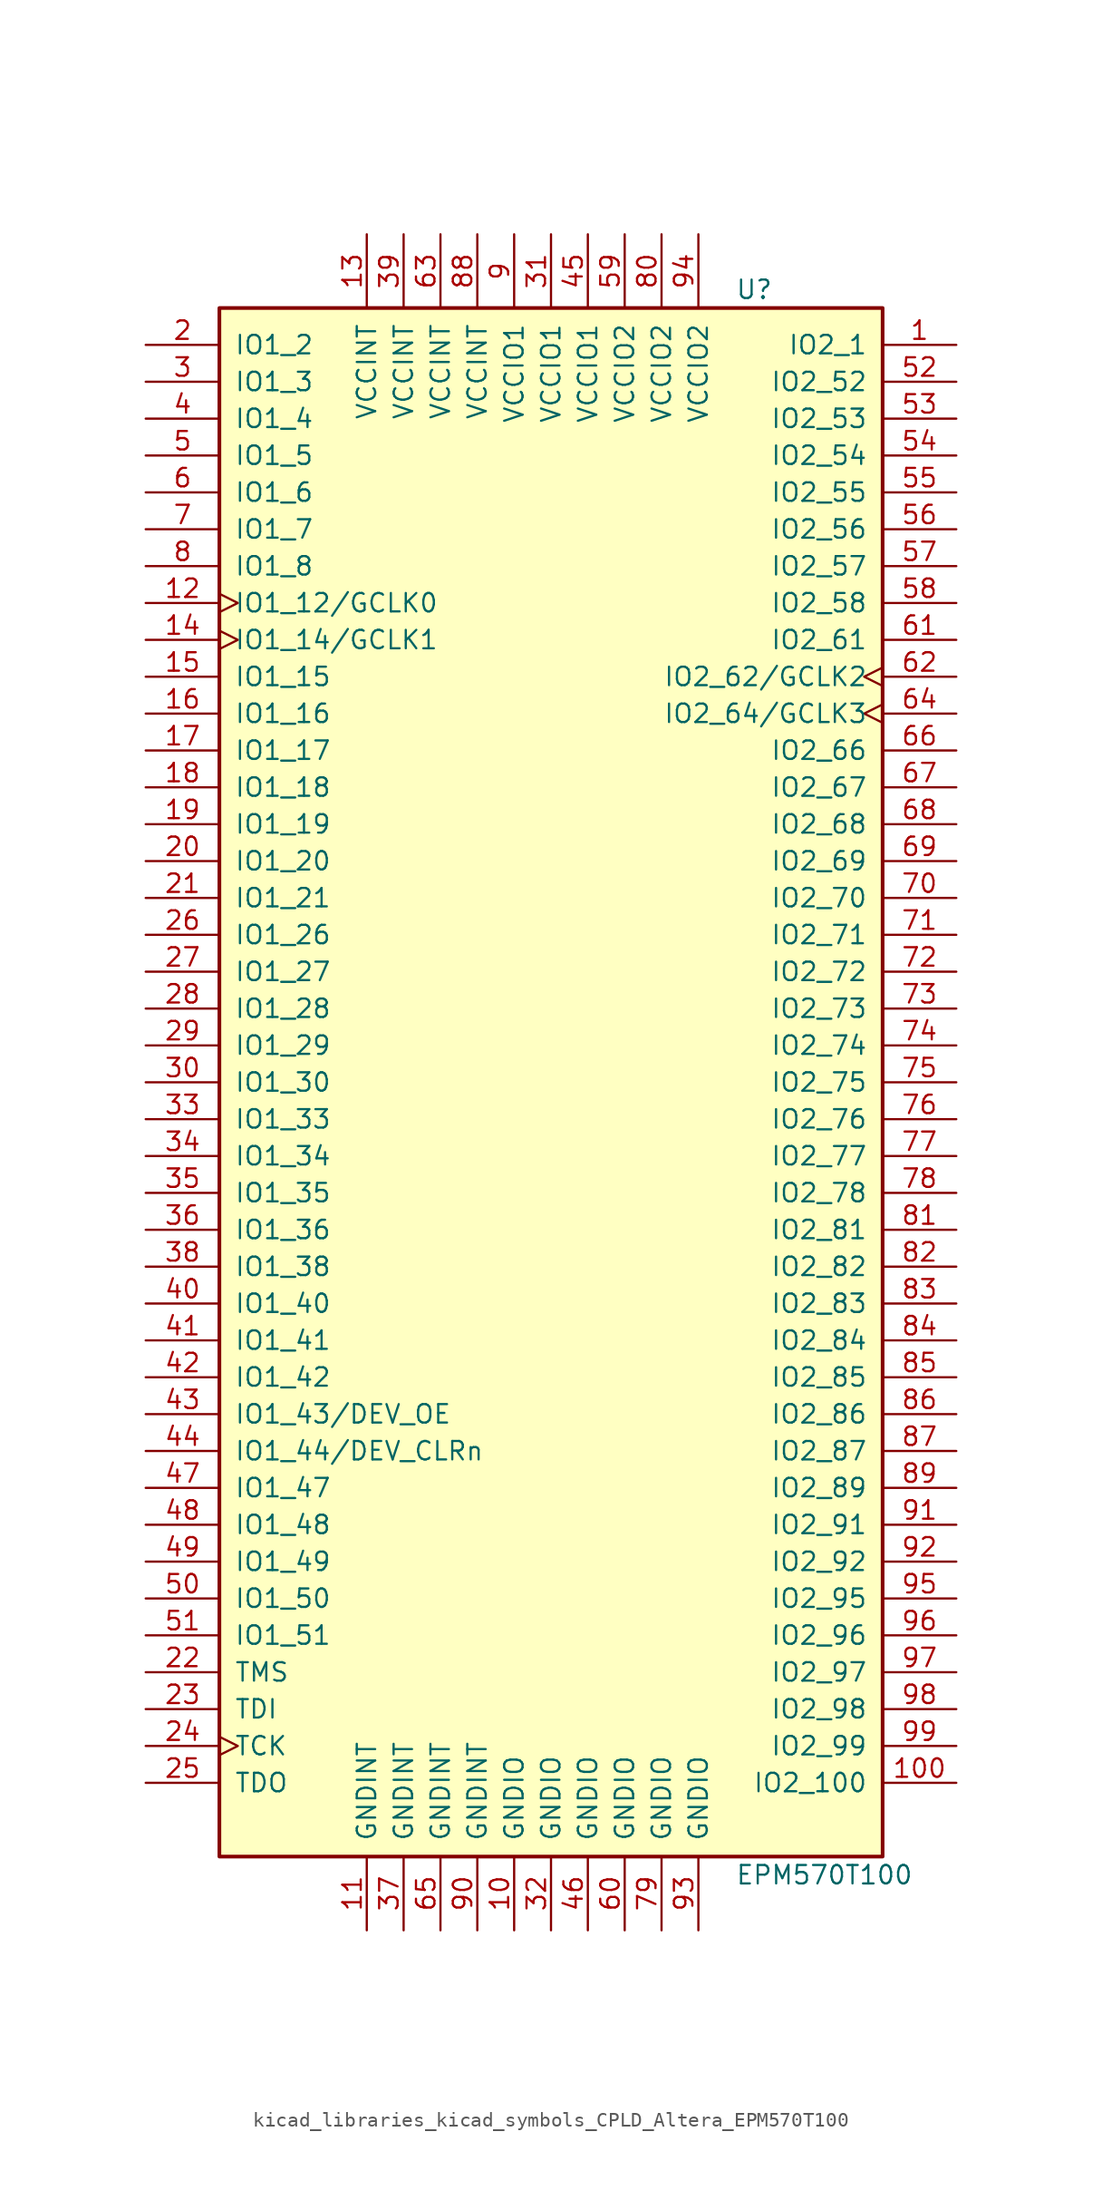
<source format=kicad_sym>
(kicad_symbol_lib
  (version 20220914)
  (generator kicad_symbol_editor)
  (symbol "kicad_libraries_kicad_symbols_CPLD_Altera_EPM570T100"
    (pin_names
      (offset 1.016))
    (property "Reference" "U"
      (at 12.7 54.61 0)
      (effects (font (size 1.27 1.27)) (justify left)))
    (property "Value" "EPM570T100"
      (at 12.7 -54.61 0)
      (effects (font (size 1.27 1.27)) (justify left)))
    (property "ki_locked" ""
      (at 0 0 0)
      (effects (font (size 1.27 1.27))))
    (symbol "kicad_libraries_kicad_symbols_CPLD_Altera_EPM570T100_1_1"
      (rectangle (start -22.86 53.34) (end 22.86 -53.34) (stroke (width 0.254) (type default)) (fill (type background)))
      (pin bidirectional line (at 27.94 50.8 180) (length 5.08) (name "IO2_1" (effects (font (size 1.27 1.27)))) (number "1" (effects (font (size 1.27 1.27)))))
      (pin power_in line (at -2.54 -58.42 90) (length 5.08) (name "GNDIO" (effects (font (size 1.27 1.27)))) (number "10" (effects (font (size 1.27 1.27)))))
      (pin bidirectional line (at 27.94 -48.26 180) (length 5.08) (name "IO2_100" (effects (font (size 1.27 1.27)))) (number "100" (effects (font (size 1.27 1.27)))))
      (pin power_in line (at -12.7 -58.42 90) (length 5.08) (name "GNDINT" (effects (font (size 1.27 1.27)))) (number "11" (effects (font (size 1.27 1.27)))))
      (pin bidirectional clock (at -27.94 33.02 0) (length 5.08) (name "IO1_12/GCLK0" (effects (font (size 1.27 1.27)))) (number "12" (effects (font (size 1.27 1.27)))))
      (pin power_in line (at -12.7 58.42 270) (length 5.08) (name "VCCINT" (effects (font (size 1.27 1.27)))) (number "13" (effects (font (size 1.27 1.27)))))
      (pin bidirectional clock (at -27.94 30.48 0) (length 5.08) (name "IO1_14/GCLK1" (effects (font (size 1.27 1.27)))) (number "14" (effects (font (size 1.27 1.27)))))
      (pin bidirectional line (at -27.94 27.94 0) (length 5.08) (name "IO1_15" (effects (font (size 1.27 1.27)))) (number "15" (effects (font (size 1.27 1.27)))))
      (pin bidirectional line (at -27.94 25.4 0) (length 5.08) (name "IO1_16" (effects (font (size 1.27 1.27)))) (number "16" (effects (font (size 1.27 1.27)))))
      (pin bidirectional line (at -27.94 22.86 0) (length 5.08) (name "IO1_17" (effects (font (size 1.27 1.27)))) (number "17" (effects (font (size 1.27 1.27)))))
      (pin bidirectional line (at -27.94 20.32 0) (length 5.08) (name "IO1_18" (effects (font (size 1.27 1.27)))) (number "18" (effects (font (size 1.27 1.27)))))
      (pin bidirectional line (at -27.94 17.78 0) (length 5.08) (name "IO1_19" (effects (font (size 1.27 1.27)))) (number "19" (effects (font (size 1.27 1.27)))))
      (pin bidirectional line (at -27.94 50.8 0) (length 5.08) (name "IO1_2" (effects (font (size 1.27 1.27)))) (number "2" (effects (font (size 1.27 1.27)))))
      (pin bidirectional line (at -27.94 15.24 0) (length 5.08) (name "IO1_20" (effects (font (size 1.27 1.27)))) (number "20" (effects (font (size 1.27 1.27)))))
      (pin bidirectional line (at -27.94 12.7 0) (length 5.08) (name "IO1_21" (effects (font (size 1.27 1.27)))) (number "21" (effects (font (size 1.27 1.27)))))
      (pin input line (at -27.94 -40.64 0) (length 5.08) (name "TMS" (effects (font (size 1.27 1.27)))) (number "22" (effects (font (size 1.27 1.27)))))
      (pin input line (at -27.94 -43.18 0) (length 5.08) (name "TDI" (effects (font (size 1.27 1.27)))) (number "23" (effects (font (size 1.27 1.27)))))
      (pin input clock (at -27.94 -45.72 0) (length 5.08) (name "TCK" (effects (font (size 1.27 1.27)))) (number "24" (effects (font (size 1.27 1.27)))))
      (pin output line (at -27.94 -48.26 0) (length 5.08) (name "TDO" (effects (font (size 1.27 1.27)))) (number "25" (effects (font (size 1.27 1.27)))))
      (pin bidirectional line (at -27.94 10.16 0) (length 5.08) (name "IO1_26" (effects (font (size 1.27 1.27)))) (number "26" (effects (font (size 1.27 1.27)))))
      (pin bidirectional line (at -27.94 7.62 0) (length 5.08) (name "IO1_27" (effects (font (size 1.27 1.27)))) (number "27" (effects (font (size 1.27 1.27)))))
      (pin bidirectional line (at -27.94 5.08 0) (length 5.08) (name "IO1_28" (effects (font (size 1.27 1.27)))) (number "28" (effects (font (size 1.27 1.27)))))
      (pin bidirectional line (at -27.94 2.54 0) (length 5.08) (name "IO1_29" (effects (font (size 1.27 1.27)))) (number "29" (effects (font (size 1.27 1.27)))))
      (pin bidirectional line (at -27.94 48.26 0) (length 5.08) (name "IO1_3" (effects (font (size 1.27 1.27)))) (number "3" (effects (font (size 1.27 1.27)))))
      (pin bidirectional line (at -27.94 0 0) (length 5.08) (name "IO1_30" (effects (font (size 1.27 1.27)))) (number "30" (effects (font (size 1.27 1.27)))))
      (pin power_in line (at 0 58.42 270) (length 5.08) (name "VCCIO1" (effects (font (size 1.27 1.27)))) (number "31" (effects (font (size 1.27 1.27)))))
      (pin power_in line (at 0 -58.42 90) (length 5.08) (name "GNDIO" (effects (font (size 1.27 1.27)))) (number "32" (effects (font (size 1.27 1.27)))))
      (pin bidirectional line (at -27.94 -2.54 0) (length 5.08) (name "IO1_33" (effects (font (size 1.27 1.27)))) (number "33" (effects (font (size 1.27 1.27)))))
      (pin bidirectional line (at -27.94 -5.08 0) (length 5.08) (name "IO1_34" (effects (font (size 1.27 1.27)))) (number "34" (effects (font (size 1.27 1.27)))))
      (pin bidirectional line (at -27.94 -7.62 0) (length 5.08) (name "IO1_35" (effects (font (size 1.27 1.27)))) (number "35" (effects (font (size 1.27 1.27)))))
      (pin bidirectional line (at -27.94 -10.16 0) (length 5.08) (name "IO1_36" (effects (font (size 1.27 1.27)))) (number "36" (effects (font (size 1.27 1.27)))))
      (pin power_in line (at -10.16 -58.42 90) (length 5.08) (name "GNDINT" (effects (font (size 1.27 1.27)))) (number "37" (effects (font (size 1.27 1.27)))))
      (pin bidirectional line (at -27.94 -12.7 0) (length 5.08) (name "IO1_38" (effects (font (size 1.27 1.27)))) (number "38" (effects (font (size 1.27 1.27)))))
      (pin power_in line (at -10.16 58.42 270) (length 5.08) (name "VCCINT" (effects (font (size 1.27 1.27)))) (number "39" (effects (font (size 1.27 1.27)))))
      (pin bidirectional line (at -27.94 45.72 0) (length 5.08) (name "IO1_4" (effects (font (size 1.27 1.27)))) (number "4" (effects (font (size 1.27 1.27)))))
      (pin bidirectional line (at -27.94 -15.24 0) (length 5.08) (name "IO1_40" (effects (font (size 1.27 1.27)))) (number "40" (effects (font (size 1.27 1.27)))))
      (pin bidirectional line (at -27.94 -17.78 0) (length 5.08) (name "IO1_41" (effects (font (size 1.27 1.27)))) (number "41" (effects (font (size 1.27 1.27)))))
      (pin bidirectional line (at -27.94 -20.32 0) (length 5.08) (name "IO1_42" (effects (font (size 1.27 1.27)))) (number "42" (effects (font (size 1.27 1.27)))))
      (pin bidirectional line (at -27.94 -22.86 0) (length 5.08) (name "IO1_43/DEV_OE" (effects (font (size 1.27 1.27)))) (number "43" (effects (font (size 1.27 1.27)))))
      (pin bidirectional line (at -27.94 -25.4 0) (length 5.08) (name "IO1_44/DEV_CLRn" (effects (font (size 1.27 1.27)))) (number "44" (effects (font (size 1.27 1.27)))))
      (pin power_in line (at 2.54 58.42 270) (length 5.08) (name "VCCIO1" (effects (font (size 1.27 1.27)))) (number "45" (effects (font (size 1.27 1.27)))))
      (pin power_in line (at 2.54 -58.42 90) (length 5.08) (name "GNDIO" (effects (font (size 1.27 1.27)))) (number "46" (effects (font (size 1.27 1.27)))))
      (pin bidirectional line (at -27.94 -27.94 0) (length 5.08) (name "IO1_47" (effects (font (size 1.27 1.27)))) (number "47" (effects (font (size 1.27 1.27)))))
      (pin bidirectional line (at -27.94 -30.48 0) (length 5.08) (name "IO1_48" (effects (font (size 1.27 1.27)))) (number "48" (effects (font (size 1.27 1.27)))))
      (pin bidirectional line (at -27.94 -33.02 0) (length 5.08) (name "IO1_49" (effects (font (size 1.27 1.27)))) (number "49" (effects (font (size 1.27 1.27)))))
      (pin bidirectional line (at -27.94 43.18 0) (length 5.08) (name "IO1_5" (effects (font (size 1.27 1.27)))) (number "5" (effects (font (size 1.27 1.27)))))
      (pin bidirectional line (at -27.94 -35.56 0) (length 5.08) (name "IO1_50" (effects (font (size 1.27 1.27)))) (number "50" (effects (font (size 1.27 1.27)))))
      (pin bidirectional line (at -27.94 -38.1 0) (length 5.08) (name "IO1_51" (effects (font (size 1.27 1.27)))) (number "51" (effects (font (size 1.27 1.27)))))
      (pin bidirectional line (at 27.94 48.26 180) (length 5.08) (name "IO2_52" (effects (font (size 1.27 1.27)))) (number "52" (effects (font (size 1.27 1.27)))))
      (pin bidirectional line (at 27.94 45.72 180) (length 5.08) (name "IO2_53" (effects (font (size 1.27 1.27)))) (number "53" (effects (font (size 1.27 1.27)))))
      (pin bidirectional line (at 27.94 43.18 180) (length 5.08) (name "IO2_54" (effects (font (size 1.27 1.27)))) (number "54" (effects (font (size 1.27 1.27)))))
      (pin bidirectional line (at 27.94 40.64 180) (length 5.08) (name "IO2_55" (effects (font (size 1.27 1.27)))) (number "55" (effects (font (size 1.27 1.27)))))
      (pin bidirectional line (at 27.94 38.1 180) (length 5.08) (name "IO2_56" (effects (font (size 1.27 1.27)))) (number "56" (effects (font (size 1.27 1.27)))))
      (pin bidirectional line (at 27.94 35.56 180) (length 5.08) (name "IO2_57" (effects (font (size 1.27 1.27)))) (number "57" (effects (font (size 1.27 1.27)))))
      (pin bidirectional line (at 27.94 33.02 180) (length 5.08) (name "IO2_58" (effects (font (size 1.27 1.27)))) (number "58" (effects (font (size 1.27 1.27)))))
      (pin power_in line (at 5.08 58.42 270) (length 5.08) (name "VCCIO2" (effects (font (size 1.27 1.27)))) (number "59" (effects (font (size 1.27 1.27)))))
      (pin bidirectional line (at -27.94 40.64 0) (length 5.08) (name "IO1_6" (effects (font (size 1.27 1.27)))) (number "6" (effects (font (size 1.27 1.27)))))
      (pin power_in line (at 5.08 -58.42 90) (length 5.08) (name "GNDIO" (effects (font (size 1.27 1.27)))) (number "60" (effects (font (size 1.27 1.27)))))
      (pin bidirectional line (at 27.94 30.48 180) (length 5.08) (name "IO2_61" (effects (font (size 1.27 1.27)))) (number "61" (effects (font (size 1.27 1.27)))))
      (pin bidirectional clock (at 27.94 27.94 180) (length 5.08) (name "IO2_62/GCLK2" (effects (font (size 1.27 1.27)))) (number "62" (effects (font (size 1.27 1.27)))))
      (pin power_in line (at -7.62 58.42 270) (length 5.08) (name "VCCINT" (effects (font (size 1.27 1.27)))) (number "63" (effects (font (size 1.27 1.27)))))
      (pin bidirectional clock (at 27.94 25.4 180) (length 5.08) (name "IO2_64/GCLK3" (effects (font (size 1.27 1.27)))) (number "64" (effects (font (size 1.27 1.27)))))
      (pin power_in line (at -7.62 -58.42 90) (length 5.08) (name "GNDINT" (effects (font (size 1.27 1.27)))) (number "65" (effects (font (size 1.27 1.27)))))
      (pin bidirectional line (at 27.94 22.86 180) (length 5.08) (name "IO2_66" (effects (font (size 1.27 1.27)))) (number "66" (effects (font (size 1.27 1.27)))))
      (pin bidirectional line (at 27.94 20.32 180) (length 5.08) (name "IO2_67" (effects (font (size 1.27 1.27)))) (number "67" (effects (font (size 1.27 1.27)))))
      (pin bidirectional line (at 27.94 17.78 180) (length 5.08) (name "IO2_68" (effects (font (size 1.27 1.27)))) (number "68" (effects (font (size 1.27 1.27)))))
      (pin bidirectional line (at 27.94 15.24 180) (length 5.08) (name "IO2_69" (effects (font (size 1.27 1.27)))) (number "69" (effects (font (size 1.27 1.27)))))
      (pin bidirectional line (at -27.94 38.1 0) (length 5.08) (name "IO1_7" (effects (font (size 1.27 1.27)))) (number "7" (effects (font (size 1.27 1.27)))))
      (pin bidirectional line (at 27.94 12.7 180) (length 5.08) (name "IO2_70" (effects (font (size 1.27 1.27)))) (number "70" (effects (font (size 1.27 1.27)))))
      (pin bidirectional line (at 27.94 10.16 180) (length 5.08) (name "IO2_71" (effects (font (size 1.27 1.27)))) (number "71" (effects (font (size 1.27 1.27)))))
      (pin bidirectional line (at 27.94 7.62 180) (length 5.08) (name "IO2_72" (effects (font (size 1.27 1.27)))) (number "72" (effects (font (size 1.27 1.27)))))
      (pin bidirectional line (at 27.94 5.08 180) (length 5.08) (name "IO2_73" (effects (font (size 1.27 1.27)))) (number "73" (effects (font (size 1.27 1.27)))))
      (pin bidirectional line (at 27.94 2.54 180) (length 5.08) (name "IO2_74" (effects (font (size 1.27 1.27)))) (number "74" (effects (font (size 1.27 1.27)))))
      (pin bidirectional line (at 27.94 0 180) (length 5.08) (name "IO2_75" (effects (font (size 1.27 1.27)))) (number "75" (effects (font (size 1.27 1.27)))))
      (pin bidirectional line (at 27.94 -2.54 180) (length 5.08) (name "IO2_76" (effects (font (size 1.27 1.27)))) (number "76" (effects (font (size 1.27 1.27)))))
      (pin bidirectional line (at 27.94 -5.08 180) (length 5.08) (name "IO2_77" (effects (font (size 1.27 1.27)))) (number "77" (effects (font (size 1.27 1.27)))))
      (pin bidirectional line (at 27.94 -7.62 180) (length 5.08) (name "IO2_78" (effects (font (size 1.27 1.27)))) (number "78" (effects (font (size 1.27 1.27)))))
      (pin power_in line (at 7.62 -58.42 90) (length 5.08) (name "GNDIO" (effects (font (size 1.27 1.27)))) (number "79" (effects (font (size 1.27 1.27)))))
      (pin bidirectional line (at -27.94 35.56 0) (length 5.08) (name "IO1_8" (effects (font (size 1.27 1.27)))) (number "8" (effects (font (size 1.27 1.27)))))
      (pin power_in line (at 7.62 58.42 270) (length 5.08) (name "VCCIO2" (effects (font (size 1.27 1.27)))) (number "80" (effects (font (size 1.27 1.27)))))
      (pin bidirectional line (at 27.94 -10.16 180) (length 5.08) (name "IO2_81" (effects (font (size 1.27 1.27)))) (number "81" (effects (font (size 1.27 1.27)))))
      (pin bidirectional line (at 27.94 -12.7 180) (length 5.08) (name "IO2_82" (effects (font (size 1.27 1.27)))) (number "82" (effects (font (size 1.27 1.27)))))
      (pin bidirectional line (at 27.94 -15.24 180) (length 5.08) (name "IO2_83" (effects (font (size 1.27 1.27)))) (number "83" (effects (font (size 1.27 1.27)))))
      (pin bidirectional line (at 27.94 -17.78 180) (length 5.08) (name "IO2_84" (effects (font (size 1.27 1.27)))) (number "84" (effects (font (size 1.27 1.27)))))
      (pin bidirectional line (at 27.94 -20.32 180) (length 5.08) (name "IO2_85" (effects (font (size 1.27 1.27)))) (number "85" (effects (font (size 1.27 1.27)))))
      (pin bidirectional line (at 27.94 -22.86 180) (length 5.08) (name "IO2_86" (effects (font (size 1.27 1.27)))) (number "86" (effects (font (size 1.27 1.27)))))
      (pin bidirectional line (at 27.94 -25.4 180) (length 5.08) (name "IO2_87" (effects (font (size 1.27 1.27)))) (number "87" (effects (font (size 1.27 1.27)))))
      (pin power_in line (at -5.08 58.42 270) (length 5.08) (name "VCCINT" (effects (font (size 1.27 1.27)))) (number "88" (effects (font (size 1.27 1.27)))))
      (pin bidirectional line (at 27.94 -27.94 180) (length 5.08) (name "IO2_89" (effects (font (size 1.27 1.27)))) (number "89" (effects (font (size 1.27 1.27)))))
      (pin power_in line (at -2.54 58.42 270) (length 5.08) (name "VCCIO1" (effects (font (size 1.27 1.27)))) (number "9" (effects (font (size 1.27 1.27)))))
      (pin power_in line (at -5.08 -58.42 90) (length 5.08) (name "GNDINT" (effects (font (size 1.27 1.27)))) (number "90" (effects (font (size 1.27 1.27)))))
      (pin bidirectional line (at 27.94 -30.48 180) (length 5.08) (name "IO2_91" (effects (font (size 1.27 1.27)))) (number "91" (effects (font (size 1.27 1.27)))))
      (pin bidirectional line (at 27.94 -33.02 180) (length 5.08) (name "IO2_92" (effects (font (size 1.27 1.27)))) (number "92" (effects (font (size 1.27 1.27)))))
      (pin power_in line (at 10.16 -58.42 90) (length 5.08) (name "GNDIO" (effects (font (size 1.27 1.27)))) (number "93" (effects (font (size 1.27 1.27)))))
      (pin power_in line (at 10.16 58.42 270) (length 5.08) (name "VCCIO2" (effects (font (size 1.27 1.27)))) (number "94" (effects (font (size 1.27 1.27)))))
      (pin bidirectional line (at 27.94 -35.56 180) (length 5.08) (name "IO2_95" (effects (font (size 1.27 1.27)))) (number "95" (effects (font (size 1.27 1.27)))))
      (pin bidirectional line (at 27.94 -38.1 180) (length 5.08) (name "IO2_96" (effects (font (size 1.27 1.27)))) (number "96" (effects (font (size 1.27 1.27)))))
      (pin bidirectional line (at 27.94 -40.64 180) (length 5.08) (name "IO2_97" (effects (font (size 1.27 1.27)))) (number "97" (effects (font (size 1.27 1.27)))))
      (pin bidirectional line (at 27.94 -43.18 180) (length 5.08) (name "IO2_98" (effects (font (size 1.27 1.27)))) (number "98" (effects (font (size 1.27 1.27)))))
      (pin bidirectional line (at 27.94 -45.72 180) (length 5.08) (name "IO2_99" (effects (font (size 1.27 1.27)))) (number "99" (effects (font (size 1.27 1.27))))))))
</source>
